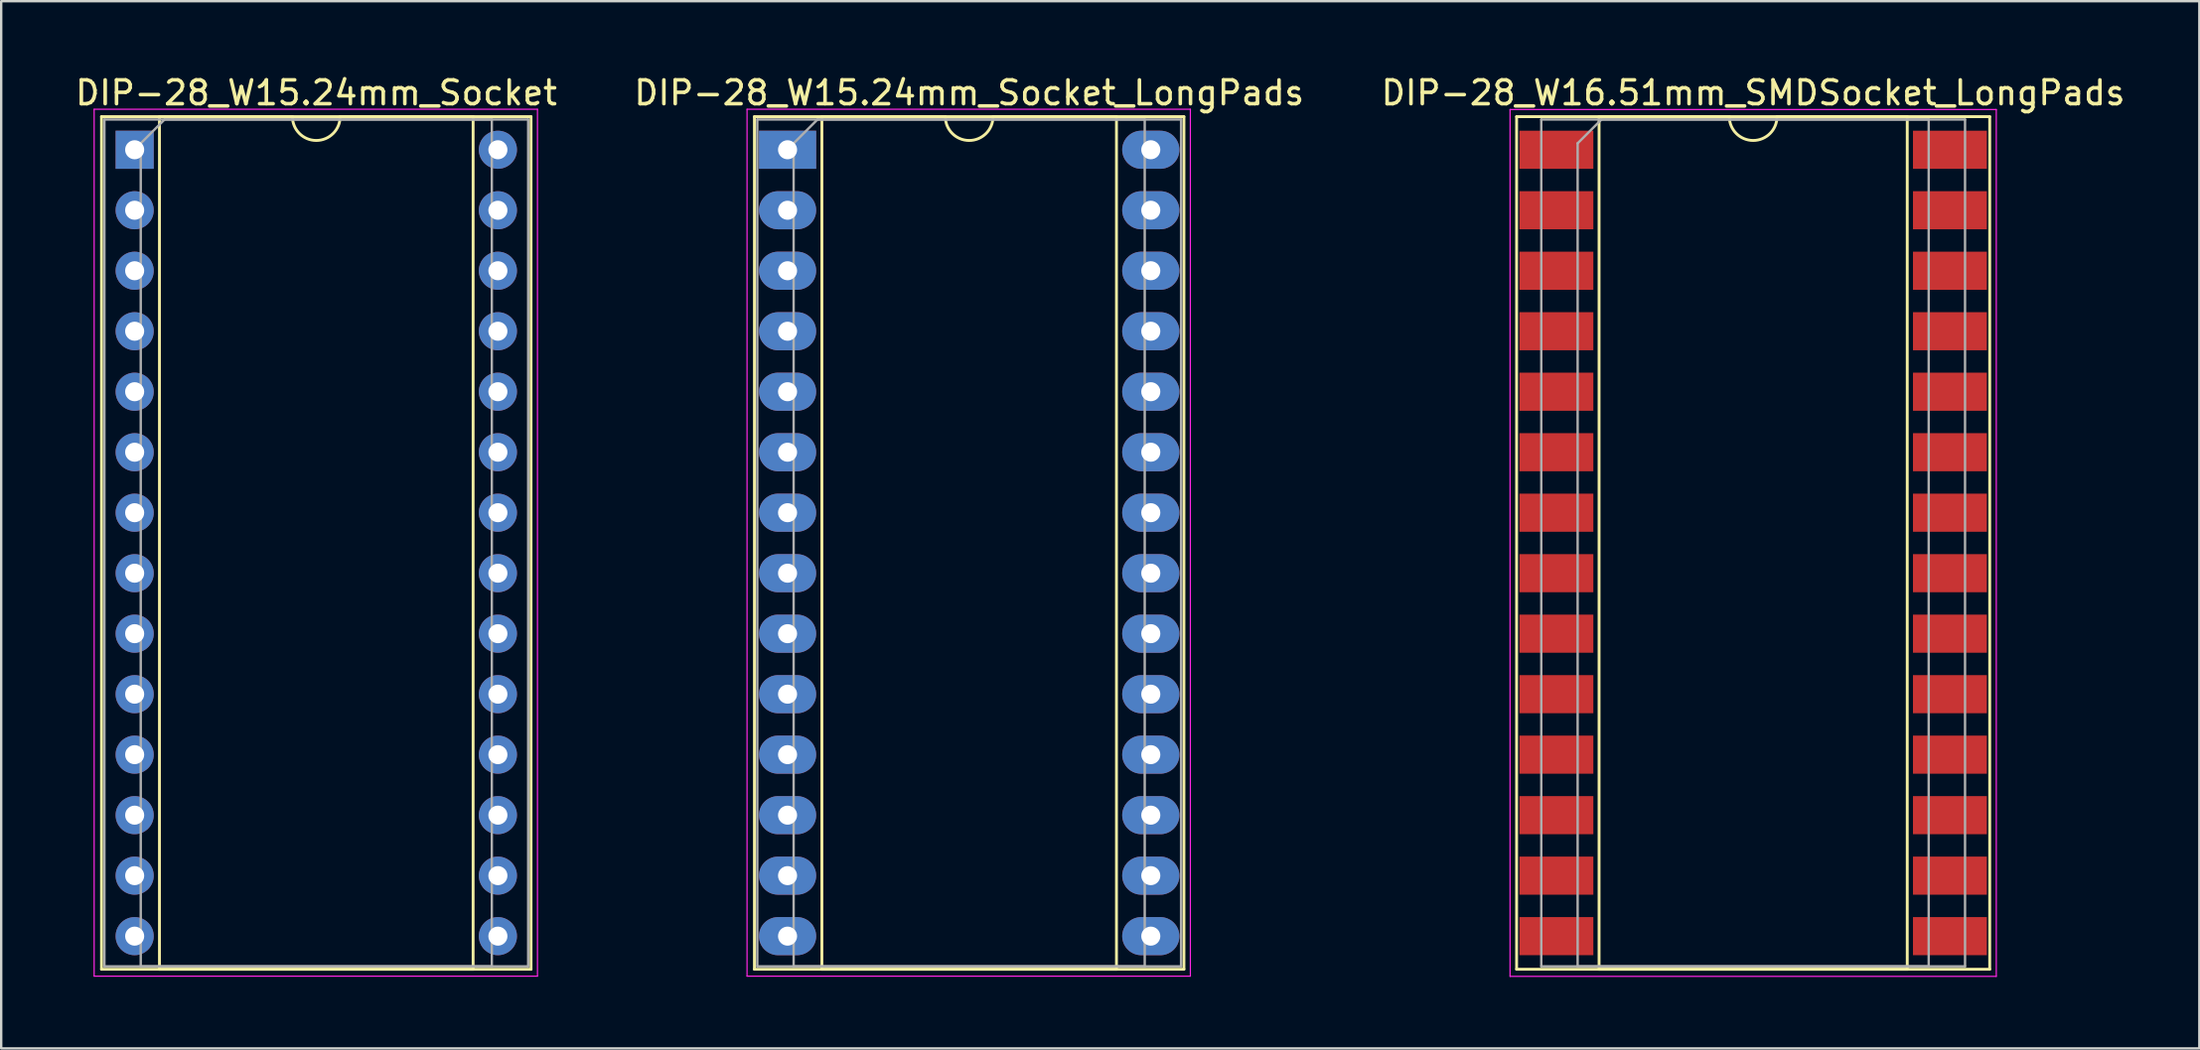
<source format=kicad_pcb>
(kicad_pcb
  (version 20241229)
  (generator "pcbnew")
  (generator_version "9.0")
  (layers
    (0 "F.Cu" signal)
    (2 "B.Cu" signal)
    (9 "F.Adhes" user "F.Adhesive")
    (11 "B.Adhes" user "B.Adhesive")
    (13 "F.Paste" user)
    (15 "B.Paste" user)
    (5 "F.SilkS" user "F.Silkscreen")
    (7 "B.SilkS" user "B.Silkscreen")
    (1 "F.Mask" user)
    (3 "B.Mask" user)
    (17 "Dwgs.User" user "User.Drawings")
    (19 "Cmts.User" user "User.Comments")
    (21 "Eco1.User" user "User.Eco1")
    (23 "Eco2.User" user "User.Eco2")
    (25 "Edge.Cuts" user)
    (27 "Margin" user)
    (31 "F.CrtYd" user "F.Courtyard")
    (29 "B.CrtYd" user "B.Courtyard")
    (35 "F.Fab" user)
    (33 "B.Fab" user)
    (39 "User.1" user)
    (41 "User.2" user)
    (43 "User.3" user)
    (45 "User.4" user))
  (footprint "DIP-28_W16.51mm_SMDSocket_LongPads"
    (layer "F.Cu")
    (at 70.506 19.748)
    (property "Reference" "DIP-28_W16.51mm_SMDSocket_LongPads" (at 0 -18.9 0) (layer "F.SilkS") (effects (font (size 1 1) (thickness 0.15))))
    (attr smd)
    (fp_line (start -9.925 -17.9) (end -9.925 17.9) (stroke (width 0.12) (type solid)) (layer "F.SilkS"))
    (fp_line (start -9.925 17.9) (end 9.925 17.9) (stroke (width 0.12) (type solid)) (layer "F.SilkS"))
    (fp_line (start -6.465 -17.9) (end -6.465 17.9) (stroke (width 0.12) (type solid)) (layer "F.SilkS"))
    (fp_line (start -6.465 17.9) (end 6.465 17.9) (stroke (width 0.12) (type solid)) (layer "F.SilkS"))
    (fp_line (start -1 -17.9) (end -6.465 -17.9) (stroke (width 0.12) (type solid)) (layer "F.SilkS"))
    (fp_line (start 6.465 -17.9) (end 1 -17.9) (stroke (width 0.12) (type solid)) (layer "F.SilkS"))
    (fp_line (start 6.465 17.9) (end 6.465 -17.9) (stroke (width 0.12) (type solid)) (layer "F.SilkS"))
    (fp_line (start 9.925 -17.9) (end -9.925 -17.9) (stroke (width 0.12) (type solid)) (layer "F.SilkS"))
    (fp_line (start 9.925 17.9) (end 9.925 -17.9) (stroke (width 0.12) (type solid)) (layer "F.SilkS"))
    (fp_arc (start 1 -17.9) (mid 0 -16.9) (end -1 -17.9) (stroke (width 0.12) (type solid)) (layer "F.SilkS"))
    (fp_line (start -10.2 -18.2) (end -10.2 18.2) (stroke (width 0.05) (type solid)) (layer "F.CrtYd"))
    (fp_line (start -10.2 18.2) (end 10.2 18.2) (stroke (width 0.05) (type solid)) (layer "F.CrtYd"))
    (fp_line (start 10.2 -18.2) (end -10.2 -18.2) (stroke (width 0.05) (type solid)) (layer "F.CrtYd"))
    (fp_line (start 10.2 18.2) (end 10.2 -18.2) (stroke (width 0.05) (type solid)) (layer "F.CrtYd"))
    (fp_line (start -8.89 -17.78) (end -8.89 17.78) (stroke (width 0.1) (type solid)) (layer "F.Fab"))
    (fp_line (start -8.89 17.78) (end 8.89 17.78) (stroke (width 0.1) (type solid)) (layer "F.Fab"))
    (fp_line (start -7.365 -16.78) (end -6.365 -17.78) (stroke (width 0.1) (type solid)) (layer "F.Fab"))
    (fp_line (start -7.365 17.78) (end -7.365 -16.78) (stroke (width 0.1) (type solid)) (layer "F.Fab"))
    (fp_line (start -6.365 -17.78) (end 7.365 -17.78) (stroke (width 0.1) (type solid)) (layer "F.Fab"))
    (fp_line (start 7.365 -17.78) (end 7.365 17.78) (stroke (width 0.1) (type solid)) (layer "F.Fab"))
    (fp_line (start 7.365 17.78) (end -7.365 17.78) (stroke (width 0.1) (type solid)) (layer "F.Fab"))
    (fp_line (start 8.89 -17.78) (end -8.89 -17.78) (stroke (width 0.1) (type solid)) (layer "F.Fab"))
    (fp_line (start 8.89 17.78) (end 8.89 -17.78) (stroke (width 0.1) (type solid)) (layer "F.Fab"))
    (pad "1" smd rect (at -8.255 -16.51) (size 3.1 1.6) (layers "F.Cu" "F.Mask"))
    (pad "2" smd rect (at -8.255 -13.97) (size 3.1 1.6) (layers "F.Cu" "F.Mask"))
    (pad "3" smd rect (at -8.255 -11.43) (size 3.1 1.6) (layers "F.Cu" "F.Mask"))
    (pad "4" smd rect (at -8.255 -8.89) (size 3.1 1.6) (layers "F.Cu" "F.Mask"))
    (pad "5" smd rect (at -8.255 -6.35) (size 3.1 1.6) (layers "F.Cu" "F.Mask"))
    (pad "6" smd rect (at -8.255 -3.81) (size 3.1 1.6) (layers "F.Cu" "F.Mask"))
    (pad "7" smd rect (at -8.255 -1.27) (size 3.1 1.6) (layers "F.Cu" "F.Mask"))
    (pad "8" smd rect (at -8.255 1.27) (size 3.1 1.6) (layers "F.Cu" "F.Mask"))
    (pad "9" smd rect (at -8.255 3.81) (size 3.1 1.6) (layers "F.Cu" "F.Mask"))
    (pad "10" smd rect (at -8.255 6.35) (size 3.1 1.6) (layers "F.Cu" "F.Mask"))
    (pad "11" smd rect (at -8.255 8.89) (size 3.1 1.6) (layers "F.Cu" "F.Mask"))
    (pad "12" smd rect (at -8.255 11.43) (size 3.1 1.6) (layers "F.Cu" "F.Mask"))
    (pad "13" smd rect (at -8.255 13.97) (size 3.1 1.6) (layers "F.Cu" "F.Mask"))
    (pad "14" smd rect (at -8.255 16.51) (size 3.1 1.6) (layers "F.Cu" "F.Mask"))
    (pad "15" smd rect (at 8.255 16.51) (size 3.1 1.6) (layers "F.Cu" "F.Mask"))
    (pad "16" smd rect (at 8.255 13.97) (size 3.1 1.6) (layers "F.Cu" "F.Mask"))
    (pad "17" smd rect (at 8.255 11.43) (size 3.1 1.6) (layers "F.Cu" "F.Mask"))
    (pad "18" smd rect (at 8.255 8.89) (size 3.1 1.6) (layers "F.Cu" "F.Mask"))
    (pad "19" smd rect (at 8.255 6.35) (size 3.1 1.6) (layers "F.Cu" "F.Mask"))
    (pad "20" smd rect (at 8.255 3.81) (size 3.1 1.6) (layers "F.Cu" "F.Mask"))
    (pad "21" smd rect (at 8.255 1.27) (size 3.1 1.6) (layers "F.Cu" "F.Mask"))
    (pad "22" smd rect (at 8.255 -1.27) (size 3.1 1.6) (layers "F.Cu" "F.Mask"))
    (pad "23" smd rect (at 8.255 -3.81) (size 3.1 1.6) (layers "F.Cu" "F.Mask"))
    (pad "24" smd rect (at 8.255 -6.35) (size 3.1 1.6) (layers "F.Cu" "F.Mask"))
    (pad "25" smd rect (at 8.255 -8.89) (size 3.1 1.6) (layers "F.Cu" "F.Mask"))
    (pad "26" smd rect (at 8.255 -11.43) (size 3.1 1.6) (layers "F.Cu" "F.Mask"))
    (pad "27" smd rect (at 8.255 -13.97) (size 3.1 1.6) (layers "F.Cu" "F.Mask"))
    (pad "28" smd rect (at 8.255 -16.51) (size 3.1 1.6) (layers "F.Cu" "F.Mask")))
  (footprint "DIP-28_W15.24mm_Socket_LongPads"
    (layer "F.Cu")
    (at 29.993 3.238)
    (property "Reference" "DIP-28_W15.24mm_Socket_LongPads" (at 7.62 -2.39 0) (layer "F.SilkS") (effects (font (size 1 1) (thickness 0.15))))
    (attr through_hole)
    (fp_line (start -1.39 -1.39) (end -1.39 34.41) (stroke (width 0.12) (type solid)) (layer "F.SilkS"))
    (fp_line (start -1.39 34.41) (end 16.63 34.41) (stroke (width 0.12) (type solid)) (layer "F.SilkS"))
    (fp_line (start 1.44 -1.39) (end 1.44 34.41) (stroke (width 0.12) (type solid)) (layer "F.SilkS"))
    (fp_line (start 1.44 34.41) (end 13.8 34.41) (stroke (width 0.12) (type solid)) (layer "F.SilkS"))
    (fp_line (start 6.62 -1.39) (end 1.44 -1.39) (stroke (width 0.12) (type solid)) (layer "F.SilkS"))
    (fp_line (start 13.8 -1.39) (end 8.62 -1.39) (stroke (width 0.12) (type solid)) (layer "F.SilkS"))
    (fp_line (start 13.8 34.41) (end 13.8 -1.39) (stroke (width 0.12) (type solid)) (layer "F.SilkS"))
    (fp_line (start 16.63 -1.39) (end -1.39 -1.39) (stroke (width 0.12) (type solid)) (layer "F.SilkS"))
    (fp_line (start 16.63 34.41) (end 16.63 -1.39) (stroke (width 0.12) (type solid)) (layer "F.SilkS"))
    (fp_arc (start 8.62 -1.39) (mid 7.62 -0.39) (end 6.62 -1.39) (stroke (width 0.12) (type solid)) (layer "F.SilkS"))
    (fp_line (start -1.7 -1.7) (end -1.7 34.7) (stroke (width 0.05) (type solid)) (layer "F.CrtYd"))
    (fp_line (start -1.7 34.7) (end 16.9 34.7) (stroke (width 0.05) (type solid)) (layer "F.CrtYd"))
    (fp_line (start 16.9 -1.7) (end -1.7 -1.7) (stroke (width 0.05) (type solid)) (layer "F.CrtYd"))
    (fp_line (start 16.9 34.7) (end 16.9 -1.7) (stroke (width 0.05) (type solid)) (layer "F.CrtYd"))
    (fp_line (start -1.27 -1.27) (end -1.27 34.29) (stroke (width 0.1) (type solid)) (layer "F.Fab"))
    (fp_line (start -1.27 34.29) (end 16.51 34.29) (stroke (width 0.1) (type solid)) (layer "F.Fab"))
    (fp_line (start 0.255 -0.27) (end 1.255 -1.27) (stroke (width 0.1) (type solid)) (layer "F.Fab"))
    (fp_line (start 0.255 34.29) (end 0.255 -0.27) (stroke (width 0.1) (type solid)) (layer "F.Fab"))
    (fp_line (start 1.255 -1.27) (end 14.985 -1.27) (stroke (width 0.1) (type solid)) (layer "F.Fab"))
    (fp_line (start 14.985 -1.27) (end 14.985 34.29) (stroke (width 0.1) (type solid)) (layer "F.Fab"))
    (fp_line (start 14.985 34.29) (end 0.255 34.29) (stroke (width 0.1) (type solid)) (layer "F.Fab"))
    (fp_line (start 16.51 -1.27) (end -1.27 -1.27) (stroke (width 0.1) (type solid)) (layer "F.Fab"))
    (fp_line (start 16.51 34.29) (end 16.51 -1.27) (stroke (width 0.1) (type solid)) (layer "F.Fab"))
    (pad "1" thru_hole rect (at 0 0) (size 2.4 1.6) (drill 0.8) (layers "*.Cu" "*.Mask"))
    (pad "2" thru_hole oval (at 0 2.54) (size 2.4 1.6) (drill 0.8) (layers "*.Cu" "*.Mask"))
    (pad "3" thru_hole oval (at 0 5.08) (size 2.4 1.6) (drill 0.8) (layers "*.Cu" "*.Mask"))
    (pad "4" thru_hole oval (at 0 7.62) (size 2.4 1.6) (drill 0.8) (layers "*.Cu" "*.Mask"))
    (pad "5" thru_hole oval (at 0 10.16) (size 2.4 1.6) (drill 0.8) (layers "*.Cu" "*.Mask"))
    (pad "6" thru_hole oval (at 0 12.7) (size 2.4 1.6) (drill 0.8) (layers "*.Cu" "*.Mask"))
    (pad "7" thru_hole oval (at 0 15.24) (size 2.4 1.6) (drill 0.8) (layers "*.Cu" "*.Mask"))
    (pad "8" thru_hole oval (at 0 17.78) (size 2.4 1.6) (drill 0.8) (layers "*.Cu" "*.Mask"))
    (pad "9" thru_hole oval (at 0 20.32) (size 2.4 1.6) (drill 0.8) (layers "*.Cu" "*.Mask"))
    (pad "10" thru_hole oval (at 0 22.86) (size 2.4 1.6) (drill 0.8) (layers "*.Cu" "*.Mask"))
    (pad "11" thru_hole oval (at 0 25.4) (size 2.4 1.6) (drill 0.8) (layers "*.Cu" "*.Mask"))
    (pad "12" thru_hole oval (at 0 27.94) (size 2.4 1.6) (drill 0.8) (layers "*.Cu" "*.Mask"))
    (pad "13" thru_hole oval (at 0 30.48) (size 2.4 1.6) (drill 0.8) (layers "*.Cu" "*.Mask"))
    (pad "14" thru_hole oval (at 0 33.02) (size 2.4 1.6) (drill 0.8) (layers "*.Cu" "*.Mask"))
    (pad "15" thru_hole oval (at 15.24 33.02) (size 2.4 1.6) (drill 0.8) (layers "*.Cu" "*.Mask"))
    (pad "16" thru_hole oval (at 15.24 30.48) (size 2.4 1.6) (drill 0.8) (layers "*.Cu" "*.Mask"))
    (pad "17" thru_hole oval (at 15.24 27.94) (size 2.4 1.6) (drill 0.8) (layers "*.Cu" "*.Mask"))
    (pad "18" thru_hole oval (at 15.24 25.4) (size 2.4 1.6) (drill 0.8) (layers "*.Cu" "*.Mask"))
    (pad "19" thru_hole oval (at 15.24 22.86) (size 2.4 1.6) (drill 0.8) (layers "*.Cu" "*.Mask"))
    (pad "20" thru_hole oval (at 15.24 20.32) (size 2.4 1.6) (drill 0.8) (layers "*.Cu" "*.Mask"))
    (pad "21" thru_hole oval (at 15.24 17.78) (size 2.4 1.6) (drill 0.8) (layers "*.Cu" "*.Mask"))
    (pad "22" thru_hole oval (at 15.24 15.24) (size 2.4 1.6) (drill 0.8) (layers "*.Cu" "*.Mask"))
    (pad "23" thru_hole oval (at 15.24 12.7) (size 2.4 1.6) (drill 0.8) (layers "*.Cu" "*.Mask"))
    (pad "24" thru_hole oval (at 15.24 10.16) (size 2.4 1.6) (drill 0.8) (layers "*.Cu" "*.Mask"))
    (pad "25" thru_hole oval (at 15.24 7.62) (size 2.4 1.6) (drill 0.8) (layers "*.Cu" "*.Mask"))
    (pad "26" thru_hole oval (at 15.24 5.08) (size 2.4 1.6) (drill 0.8) (layers "*.Cu" "*.Mask"))
    (pad "27" thru_hole oval (at 15.24 2.54) (size 2.4 1.6) (drill 0.8) (layers "*.Cu" "*.Mask"))
    (pad "28" thru_hole oval (at 15.24 0) (size 2.4 1.6) (drill 0.8) (layers "*.Cu" "*.Mask")))
  (footprint "DIP-28_W15.24mm_Socket"
    (layer "F.Cu")
    (at 2.6 3.238)
    (property "Reference" "DIP-28_W15.24mm_Socket" (at 7.62 -2.39 0) (layer "F.SilkS") (effects (font (size 1 1) (thickness 0.15))))
    (attr through_hole)
    (fp_line (start -1.39 -1.39) (end -1.39 34.41) (stroke (width 0.12) (type solid)) (layer "F.SilkS"))
    (fp_line (start -1.39 34.41) (end 16.63 34.41) (stroke (width 0.12) (type solid)) (layer "F.SilkS"))
    (fp_line (start 1.04 -1.39) (end 1.04 34.41) (stroke (width 0.12) (type solid)) (layer "F.SilkS"))
    (fp_line (start 1.04 34.41) (end 14.2 34.41) (stroke (width 0.12) (type solid)) (layer "F.SilkS"))
    (fp_line (start 6.62 -1.39) (end 1.04 -1.39) (stroke (width 0.12) (type solid)) (layer "F.SilkS"))
    (fp_line (start 14.2 -1.39) (end 8.62 -1.39) (stroke (width 0.12) (type solid)) (layer "F.SilkS"))
    (fp_line (start 14.2 34.41) (end 14.2 -1.39) (stroke (width 0.12) (type solid)) (layer "F.SilkS"))
    (fp_line (start 16.63 -1.39) (end -1.39 -1.39) (stroke (width 0.12) (type solid)) (layer "F.SilkS"))
    (fp_line (start 16.63 34.41) (end 16.63 -1.39) (stroke (width 0.12) (type solid)) (layer "F.SilkS"))
    (fp_arc (start 8.62 -1.39) (mid 7.62 -0.39) (end 6.62 -1.39) (stroke (width 0.12) (type solid)) (layer "F.SilkS"))
    (fp_line (start -1.7 -1.7) (end -1.7 34.7) (stroke (width 0.05) (type solid)) (layer "F.CrtYd"))
    (fp_line (start -1.7 34.7) (end 16.9 34.7) (stroke (width 0.05) (type solid)) (layer "F.CrtYd"))
    (fp_line (start 16.9 -1.7) (end -1.7 -1.7) (stroke (width 0.05) (type solid)) (layer "F.CrtYd"))
    (fp_line (start 16.9 34.7) (end 16.9 -1.7) (stroke (width 0.05) (type solid)) (layer "F.CrtYd"))
    (fp_line (start -1.27 -1.27) (end -1.27 34.29) (stroke (width 0.1) (type solid)) (layer "F.Fab"))
    (fp_line (start -1.27 34.29) (end 16.51 34.29) (stroke (width 0.1) (type solid)) (layer "F.Fab"))
    (fp_line (start 0.255 -0.27) (end 1.255 -1.27) (stroke (width 0.1) (type solid)) (layer "F.Fab"))
    (fp_line (start 0.255 34.29) (end 0.255 -0.27) (stroke (width 0.1) (type solid)) (layer "F.Fab"))
    (fp_line (start 1.255 -1.27) (end 14.985 -1.27) (stroke (width 0.1) (type solid)) (layer "F.Fab"))
    (fp_line (start 14.985 -1.27) (end 14.985 34.29) (stroke (width 0.1) (type solid)) (layer "F.Fab"))
    (fp_line (start 14.985 34.29) (end 0.255 34.29) (stroke (width 0.1) (type solid)) (layer "F.Fab"))
    (fp_line (start 16.51 -1.27) (end -1.27 -1.27) (stroke (width 0.1) (type solid)) (layer "F.Fab"))
    (fp_line (start 16.51 34.29) (end 16.51 -1.27) (stroke (width 0.1) (type solid)) (layer "F.Fab"))
    (pad "1" thru_hole rect (at 0 0) (size 1.6 1.6) (drill 0.8) (layers "*.Cu" "*.Mask"))
    (pad "2" thru_hole oval (at 0 2.54) (size 1.6 1.6) (drill 0.8) (layers "*.Cu" "*.Mask"))
    (pad "3" thru_hole oval (at 0 5.08) (size 1.6 1.6) (drill 0.8) (layers "*.Cu" "*.Mask"))
    (pad "4" thru_hole oval (at 0 7.62) (size 1.6 1.6) (drill 0.8) (layers "*.Cu" "*.Mask"))
    (pad "5" thru_hole oval (at 0 10.16) (size 1.6 1.6) (drill 0.8) (layers "*.Cu" "*.Mask"))
    (pad "6" thru_hole oval (at 0 12.7) (size 1.6 1.6) (drill 0.8) (layers "*.Cu" "*.Mask"))
    (pad "7" thru_hole oval (at 0 15.24) (size 1.6 1.6) (drill 0.8) (layers "*.Cu" "*.Mask"))
    (pad "8" thru_hole oval (at 0 17.78) (size 1.6 1.6) (drill 0.8) (layers "*.Cu" "*.Mask"))
    (pad "9" thru_hole oval (at 0 20.32) (size 1.6 1.6) (drill 0.8) (layers "*.Cu" "*.Mask"))
    (pad "10" thru_hole oval (at 0 22.86) (size 1.6 1.6) (drill 0.8) (layers "*.Cu" "*.Mask"))
    (pad "11" thru_hole oval (at 0 25.4) (size 1.6 1.6) (drill 0.8) (layers "*.Cu" "*.Mask"))
    (pad "12" thru_hole oval (at 0 27.94) (size 1.6 1.6) (drill 0.8) (layers "*.Cu" "*.Mask"))
    (pad "13" thru_hole oval (at 0 30.48) (size 1.6 1.6) (drill 0.8) (layers "*.Cu" "*.Mask"))
    (pad "14" thru_hole oval (at 0 33.02) (size 1.6 1.6) (drill 0.8) (layers "*.Cu" "*.Mask"))
    (pad "15" thru_hole oval (at 15.24 33.02) (size 1.6 1.6) (drill 0.8) (layers "*.Cu" "*.Mask"))
    (pad "16" thru_hole oval (at 15.24 30.48) (size 1.6 1.6) (drill 0.8) (layers "*.Cu" "*.Mask"))
    (pad "17" thru_hole oval (at 15.24 27.94) (size 1.6 1.6) (drill 0.8) (layers "*.Cu" "*.Mask"))
    (pad "18" thru_hole oval (at 15.24 25.4) (size 1.6 1.6) (drill 0.8) (layers "*.Cu" "*.Mask"))
    (pad "19" thru_hole oval (at 15.24 22.86) (size 1.6 1.6) (drill 0.8) (layers "*.Cu" "*.Mask"))
    (pad "20" thru_hole oval (at 15.24 20.32) (size 1.6 1.6) (drill 0.8) (layers "*.Cu" "*.Mask"))
    (pad "21" thru_hole oval (at 15.24 17.78) (size 1.6 1.6) (drill 0.8) (layers "*.Cu" "*.Mask"))
    (pad "22" thru_hole oval (at 15.24 15.24) (size 1.6 1.6) (drill 0.8) (layers "*.Cu" "*.Mask"))
    (pad "23" thru_hole oval (at 15.24 12.7) (size 1.6 1.6) (drill 0.8) (layers "*.Cu" "*.Mask"))
    (pad "24" thru_hole oval (at 15.24 10.16) (size 1.6 1.6) (drill 0.8) (layers "*.Cu" "*.Mask"))
    (pad "25" thru_hole oval (at 15.24 7.62) (size 1.6 1.6) (drill 0.8) (layers "*.Cu" "*.Mask"))
    (pad "26" thru_hole oval (at 15.24 5.08) (size 1.6 1.6) (drill 0.8) (layers "*.Cu" "*.Mask"))
    (pad "27" thru_hole oval (at 15.24 2.54) (size 1.6 1.6) (drill 0.8) (layers "*.Cu" "*.Mask"))
    (pad "28" thru_hole oval (at 15.24 0) (size 1.6 1.6) (drill 0.8) (layers "*.Cu" "*.Mask")))
  (gr_rect
    (start -3 -3)
    (end 89.226 40.973)
    (stroke (width 0.1) (type default))
    (fill no)
    (layer "Edge.Cuts")))
</source>
